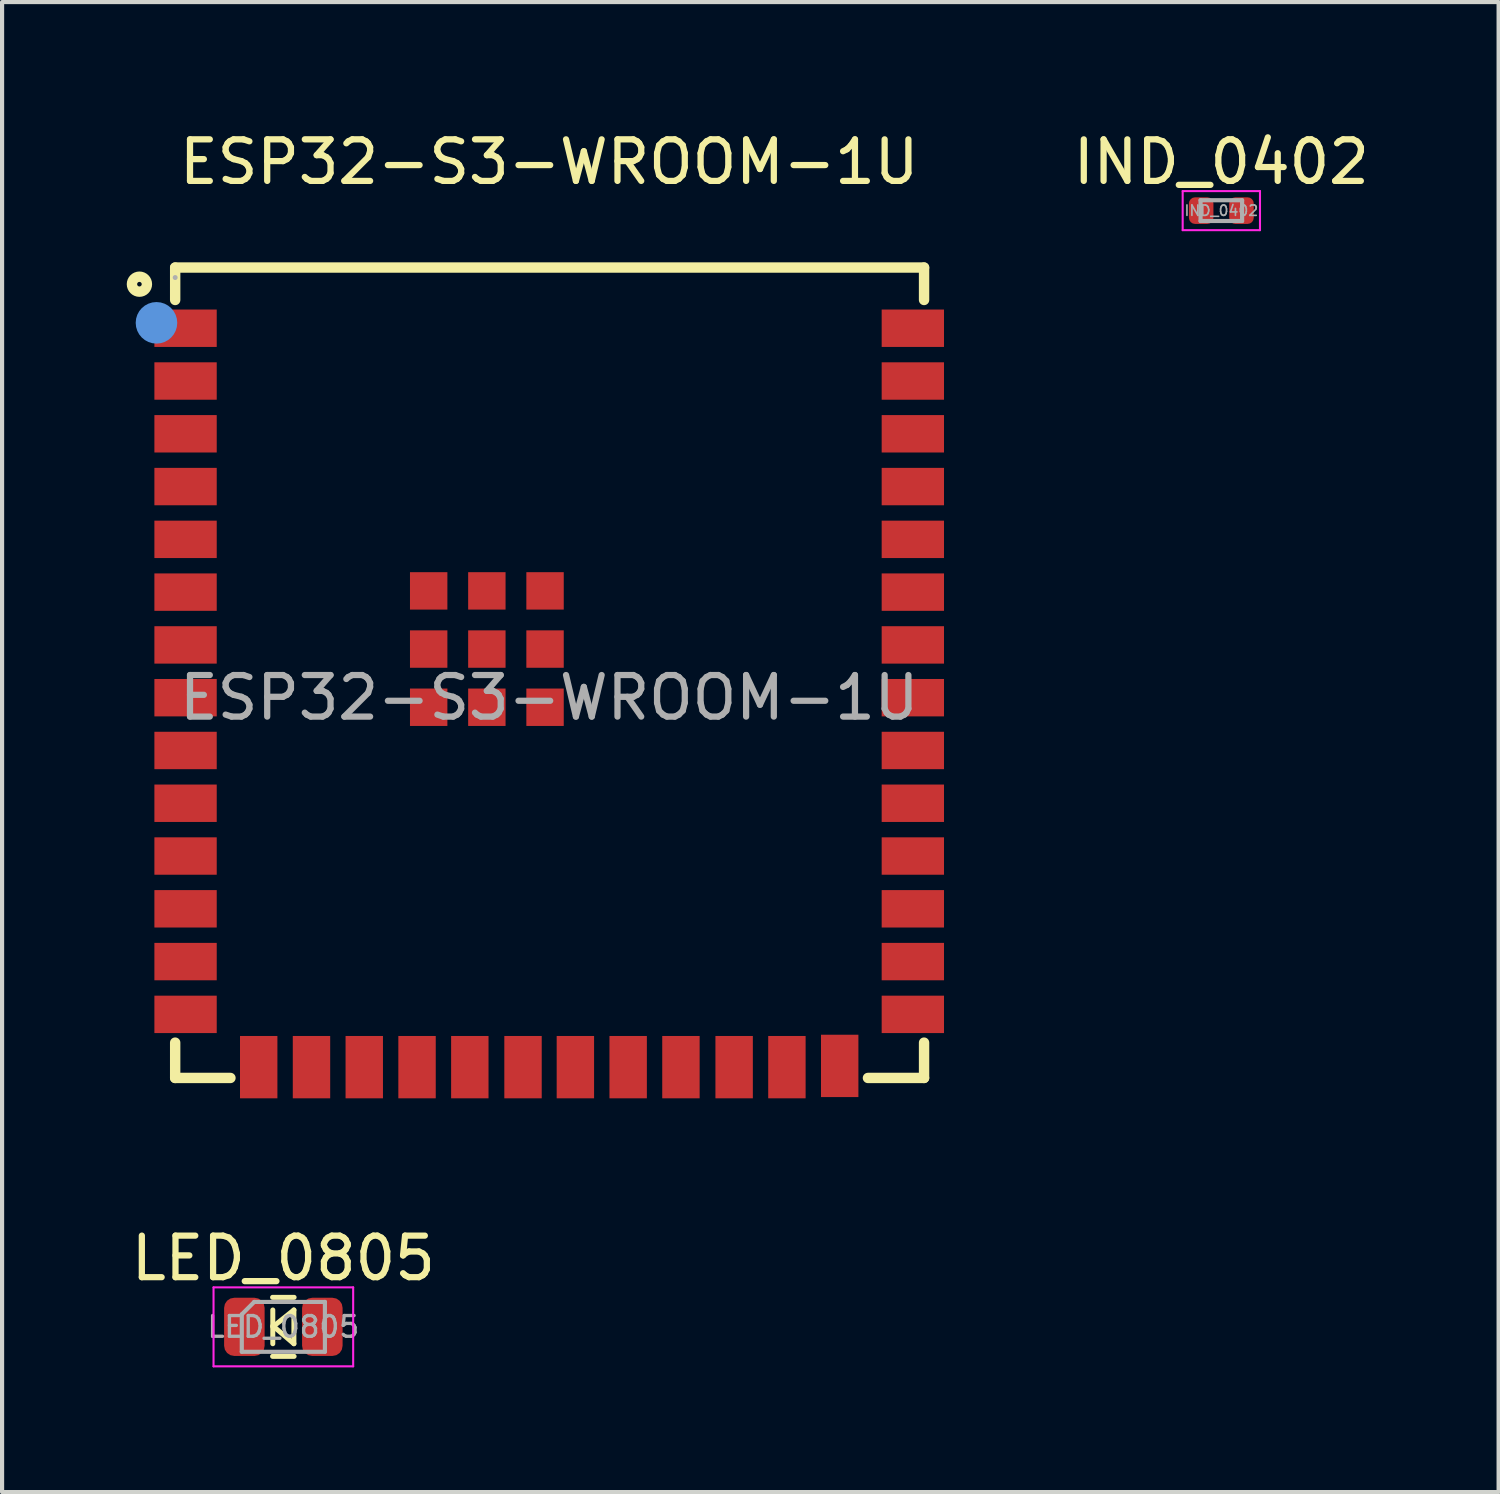
<source format=kicad_pcb>
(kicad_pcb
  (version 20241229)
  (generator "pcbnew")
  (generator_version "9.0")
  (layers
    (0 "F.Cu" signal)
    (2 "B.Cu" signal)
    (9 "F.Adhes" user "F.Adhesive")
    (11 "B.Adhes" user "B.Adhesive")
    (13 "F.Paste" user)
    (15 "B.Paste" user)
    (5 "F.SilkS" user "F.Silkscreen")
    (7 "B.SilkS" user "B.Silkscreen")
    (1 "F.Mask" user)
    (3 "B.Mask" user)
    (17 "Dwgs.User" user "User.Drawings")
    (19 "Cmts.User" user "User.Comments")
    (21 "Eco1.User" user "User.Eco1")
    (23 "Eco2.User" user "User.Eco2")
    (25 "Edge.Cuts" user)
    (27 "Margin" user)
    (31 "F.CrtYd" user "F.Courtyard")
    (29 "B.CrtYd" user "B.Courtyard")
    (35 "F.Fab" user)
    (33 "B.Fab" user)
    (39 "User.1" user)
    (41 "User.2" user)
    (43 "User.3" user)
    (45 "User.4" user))
  (footprint "LED_0805"
    (layer "F.Cu")
    (at 3.768 28.877)
    (property "Reference" "LED_0805" (at 0 -1.65 0) (layer "F.SilkS") (effects (font (size 1 1) (thickness 0.15))))
    (attr smd)
    (fp_line (start -0.259 -0.71) (end 0.259 -0.71) (stroke (width 0.12) (type solid)) (layer "F.SilkS"))
    (fp_line (start -0.259 0.71) (end 0.259 0.71) (stroke (width 0.12) (type solid)) (layer "F.SilkS"))
    (fp_line (start -0.254 -0.406) (end -0.254 0.406) (stroke (width 0.12) (type solid)) (layer "F.SilkS"))
    (fp_line (start -0.254 0) (end 0.254 -0.406) (stroke (width 0.12) (type solid)) (layer "F.SilkS"))
    (fp_line (start 0.254 -0.406) (end 0.254 0.406) (stroke (width 0.12) (type solid)) (layer "F.SilkS"))
    (fp_line (start 0.254 0.406) (end -0.254 -0.025) (stroke (width 0.12) (type solid)) (layer "F.SilkS"))
    (fp_line (start -1.68 -0.95) (end 1.68 -0.95) (stroke (width 0.05) (type solid)) (layer "F.CrtYd"))
    (fp_line (start -1.68 0.95) (end -1.68 -0.95) (stroke (width 0.05) (type solid)) (layer "F.CrtYd"))
    (fp_line (start 1.68 -0.95) (end 1.68 0.95) (stroke (width 0.05) (type solid)) (layer "F.CrtYd"))
    (fp_line (start 1.68 0.95) (end -1.68 0.95) (stroke (width 0.05) (type solid)) (layer "F.CrtYd"))
    (fp_line (start -1 -0.3) (end -1 0.6) (stroke (width 0.1) (type solid)) (layer "F.Fab"))
    (fp_line (start -1 0.6) (end 1 0.6) (stroke (width 0.1) (type solid)) (layer "F.Fab"))
    (fp_line (start -0.7 -0.6) (end -1 -0.3) (stroke (width 0.1) (type solid)) (layer "F.Fab"))
    (fp_line (start 1 -0.6) (end -0.7 -0.6) (stroke (width 0.1) (type solid)) (layer "F.Fab"))
    (fp_line (start 1 0.6) (end 1 -0.6) (stroke (width 0.1) (type solid)) (layer "F.Fab"))
    (fp_text user "${REFERENCE}" (at 0 0 0) (layer "F.Fab") (effects (font (size 0.5 0.5) (thickness 0.08))))
    (pad "1" smd roundrect (at -0.938 0) (size 0.975 1.4) (layers "F.Cu" "F.Mask" "F.Paste") (roundrect_rratio 0.25))
    (pad "2" smd roundrect (at 0.938 0) (size 0.975 1.4) (layers "F.Cu" "F.Mask" "F.Paste") (roundrect_rratio 0.25)))
  (footprint "ESP32-S3-WROOM-1U"
    (layer "F.Cu")
    (at 10.165 13.738)
    (property "Reference" "ESP32-S3-WROOM-1U" (at 0 -12.89 0) (layer "F.SilkS") (effects (font (size 1 1) (thickness 0.15))))
    (attr through_hole)
    (fp_line (start -9 -10.35) (end -9 -9.57) (stroke (width 0.25) (type solid)) (layer "F.SilkS"))
    (fp_line (start -9 -10.35) (end 9.02 -10.35) (stroke (width 0.25) (type solid)) (layer "F.SilkS"))
    (fp_line (start -9 8.3) (end -9 9.15) (stroke (width 0.25) (type solid)) (layer "F.SilkS"))
    (fp_line (start -9 9.15) (end -7.67 9.15) (stroke (width 0.25) (type solid)) (layer "F.SilkS"))
    (fp_line (start 7.67 9.15) (end 9.02 9.15) (stroke (width 0.25) (type solid)) (layer "F.SilkS"))
    (fp_line (start 9.02 -9.57) (end 9.02 -10.35) (stroke (width 0.25) (type solid)) (layer "F.SilkS"))
    (fp_line (start 9.02 9.15) (end 9.02 8.3) (stroke (width 0.25) (type solid)) (layer "F.SilkS"))
    (fp_circle (center -9.86 -9.95) (end -9.68 -9.95) (stroke (width 0.25) (type solid)) (fill no) (layer "F.SilkS"))
    (fp_circle (center -9.45 -9.02) (end -9.2 -9.02) (stroke (width 0.5) (type solid)) (fill no) (layer "Cmts.User"))
    (fp_circle (center -9 -10.11) (end -8.97 -10.11) (stroke (width 0.06) (type solid)) (fill no) (layer "F.Fab"))
    (fp_text user "${REFERENCE}" (at 0 0 0) (layer "F.Fab") (effects (font (size 1 1) (thickness 0.15))))
    (pad "1" smd rect (at -8.75 -8.89) (size 1.5 0.9) (layers "F.Cu" "F.Mask" "F.Paste"))
    (pad "2" smd rect (at -8.75 -7.62) (size 1.5 0.9) (layers "F.Cu" "F.Mask" "F.Paste"))
    (pad "3" smd rect (at -8.75 -6.35) (size 1.5 0.9) (layers "F.Cu" "F.Mask" "F.Paste"))
    (pad "4" smd rect (at -8.75 -5.08) (size 1.5 0.9) (layers "F.Cu" "F.Mask" "F.Paste"))
    (pad "5" smd rect (at -8.75 -3.81) (size 1.5 0.9) (layers "F.Cu" "F.Mask" "F.Paste"))
    (pad "6" smd rect (at -8.75 -2.54) (size 1.5 0.9) (layers "F.Cu" "F.Mask" "F.Paste"))
    (pad "7" smd rect (at -8.75 -1.27) (size 1.5 0.9) (layers "F.Cu" "F.Mask" "F.Paste"))
    (pad "8" smd rect (at -8.75 0) (size 1.5 0.9) (layers "F.Cu" "F.Mask" "F.Paste"))
    (pad "9" smd rect (at -8.75 1.27) (size 1.5 0.9) (layers "F.Cu" "F.Mask" "F.Paste"))
    (pad "10" smd rect (at -8.75 2.54) (size 1.5 0.9) (layers "F.Cu" "F.Mask" "F.Paste"))
    (pad "11" smd rect (at -8.75 3.81) (size 1.5 0.9) (layers "F.Cu" "F.Mask" "F.Paste"))
    (pad "12" smd rect (at -8.75 5.08) (size 1.5 0.9) (layers "F.Cu" "F.Mask" "F.Paste"))
    (pad "13" smd rect (at -8.75 6.35) (size 1.5 0.9) (layers "F.Cu" "F.Mask" "F.Paste"))
    (pad "14" smd rect (at -8.75 7.62) (size 1.5 0.9) (layers "F.Cu" "F.Mask" "F.Paste"))
    (pad "15" smd rect (at -6.99 8.89 90) (size 1.5 0.9) (layers "F.Cu" "F.Mask" "F.Paste"))
    (pad "16" smd rect (at -5.72 8.89 90) (size 1.5 0.9) (layers "F.Cu" "F.Mask" "F.Paste"))
    (pad "17" smd rect (at -4.45 8.89 90) (size 1.5 0.9) (layers "F.Cu" "F.Mask" "F.Paste"))
    (pad "18" smd rect (at -3.18 8.89 90) (size 1.5 0.9) (layers "F.Cu" "F.Mask" "F.Paste"))
    (pad "19" smd rect (at -1.91 8.89 90) (size 1.5 0.9) (layers "F.Cu" "F.Mask" "F.Paste"))
    (pad "20" smd rect (at -0.63 8.89 90) (size 1.5 0.9) (layers "F.Cu" "F.Mask" "F.Paste"))
    (pad "21" smd rect (at 0.63 8.89 90) (size 1.5 0.9) (layers "F.Cu" "F.Mask" "F.Paste"))
    (pad "22" smd rect (at 1.9 8.89 90) (size 1.5 0.9) (layers "F.Cu" "F.Mask" "F.Paste"))
    (pad "23" smd rect (at 3.17 8.89 90) (size 1.5 0.9) (layers "F.Cu" "F.Mask" "F.Paste"))
    (pad "24" smd rect (at 4.45 8.89 90) (size 1.5 0.9) (layers "F.Cu" "F.Mask" "F.Paste"))
    (pad "25" smd rect (at 5.72 8.89 90) (size 1.5 0.9) (layers "F.Cu" "F.Mask" "F.Paste"))
    (pad "26" smd rect (at 6.99 8.86 90) (size 1.5 0.9) (layers "F.Cu" "F.Mask" "F.Paste"))
    (pad "27" smd rect (at 8.75 7.62 180) (size 1.5 0.9) (layers "F.Cu" "F.Mask" "F.Paste"))
    (pad "28" smd rect (at 8.75 6.35 180) (size 1.5 0.9) (layers "F.Cu" "F.Mask" "F.Paste"))
    (pad "29" smd rect (at 8.75 5.08 180) (size 1.5 0.9) (layers "F.Cu" "F.Mask" "F.Paste"))
    (pad "30" smd rect (at 8.75 3.81 180) (size 1.5 0.9) (layers "F.Cu" "F.Mask" "F.Paste"))
    (pad "31" smd rect (at 8.75 2.54 180) (size 1.5 0.9) (layers "F.Cu" "F.Mask" "F.Paste"))
    (pad "32" smd rect (at 8.75 1.27 180) (size 1.5 0.9) (layers "F.Cu" "F.Mask" "F.Paste"))
    (pad "33" smd rect (at 8.75 0 180) (size 1.5 0.9) (layers "F.Cu" "F.Mask" "F.Paste"))
    (pad "34" smd rect (at 8.75 -1.27 180) (size 1.5 0.9) (layers "F.Cu" "F.Mask" "F.Paste"))
    (pad "35" smd rect (at 8.75 -2.54 180) (size 1.5 0.9) (layers "F.Cu" "F.Mask" "F.Paste"))
    (pad "36" smd rect (at 8.75 -3.81 180) (size 1.5 0.9) (layers "F.Cu" "F.Mask" "F.Paste"))
    (pad "37" smd rect (at 8.75 -5.08 180) (size 1.5 0.9) (layers "F.Cu" "F.Mask" "F.Paste"))
    (pad "38" smd rect (at 8.75 -6.35 180) (size 1.5 0.9) (layers "F.Cu" "F.Mask" "F.Paste"))
    (pad "39" smd rect (at 8.75 -7.62 180) (size 1.5 0.9) (layers "F.Cu" "F.Mask" "F.Paste"))
    (pad "40" smd rect (at 8.75 -8.89 180) (size 1.5 0.9) (layers "F.Cu" "F.Mask" "F.Paste"))
    (pad "41" smd rect (at -2.9 -2.57 90) (size 0.9 0.9) (layers "F.Cu" "F.Mask" "F.Paste"))
    (pad "41" smd rect (at -2.9 -1.17 90) (size 0.9 0.9) (layers "F.Cu" "F.Mask" "F.Paste"))
    (pad "41" smd rect (at -2.9 0.23 90) (size 0.9 0.9) (layers "F.Cu" "F.Mask" "F.Paste"))
    (pad "41" smd rect (at -1.5 -2.57 90) (size 0.9 0.9) (layers "F.Cu" "F.Mask" "F.Paste"))
    (pad "41" smd rect (at -1.5 -1.17 90) (size 0.9 0.9) (layers "F.Cu" "F.Mask" "F.Paste"))
    (pad "41" smd rect (at -1.5 0.23 90) (size 0.9 0.9) (layers "F.Cu" "F.Mask" "F.Paste"))
    (pad "41" smd rect (at -0.1 -2.57 90) (size 0.9 0.9) (layers "F.Cu" "F.Mask" "F.Paste"))
    (pad "41" smd rect (at -0.1 -1.17 90) (size 0.9 0.9) (layers "F.Cu" "F.Mask" "F.Paste"))
    (pad "41" smd rect (at -0.1 0.23 90) (size 0.9 0.9) (layers "F.Cu" "F.Mask" "F.Paste")))
  (footprint "IND_0402"
    (layer "F.Cu")
    (at 26.338 2.018)
    (property "Reference" "IND_0402" (at 0 -1.17 0) (layer "F.SilkS") (effects (font (size 1 1) (thickness 0.15))))
    (attr smd)
    (fp_line (start -0.93 -0.47) (end 0.93 -0.47) (stroke (width 0.05) (type solid)) (layer "F.CrtYd"))
    (fp_line (start -0.93 0.47) (end -0.93 -0.47) (stroke (width 0.05) (type solid)) (layer "F.CrtYd"))
    (fp_line (start 0.93 -0.47) (end 0.93 0.47) (stroke (width 0.05) (type solid)) (layer "F.CrtYd"))
    (fp_line (start 0.93 0.47) (end -0.93 0.47) (stroke (width 0.05) (type solid)) (layer "F.CrtYd"))
    (fp_line (start -0.5 -0.25) (end 0.5 -0.25) (stroke (width 0.1) (type solid)) (layer "F.Fab"))
    (fp_line (start -0.5 0.25) (end -0.5 -0.25) (stroke (width 0.1) (type solid)) (layer "F.Fab"))
    (fp_line (start 0.5 -0.25) (end 0.5 0.25) (stroke (width 0.1) (type solid)) (layer "F.Fab"))
    (fp_line (start 0.5 0.25) (end -0.5 0.25) (stroke (width 0.1) (type solid)) (layer "F.Fab"))
    (fp_text user "${REFERENCE}" (at 0 0 0) (layer "F.Fab") (effects (font (size 0.25 0.25) (thickness 0.04))))
    (pad "1" smd roundrect (at -0.485 0) (size 0.59 0.64) (layers "F.Cu" "F.Mask" "F.Paste") (roundrect_rratio 0.25))
    (pad "2" smd roundrect (at 0.485 0) (size 0.59 0.64) (layers "F.Cu" "F.Mask" "F.Paste") (roundrect_rratio 0.25)))
  (gr_rect
    (start -3 -3)
    (end 33.01 32.852)
    (stroke (width 0.1) (type default))
    (fill no)
    (layer "Edge.Cuts")))
</source>
